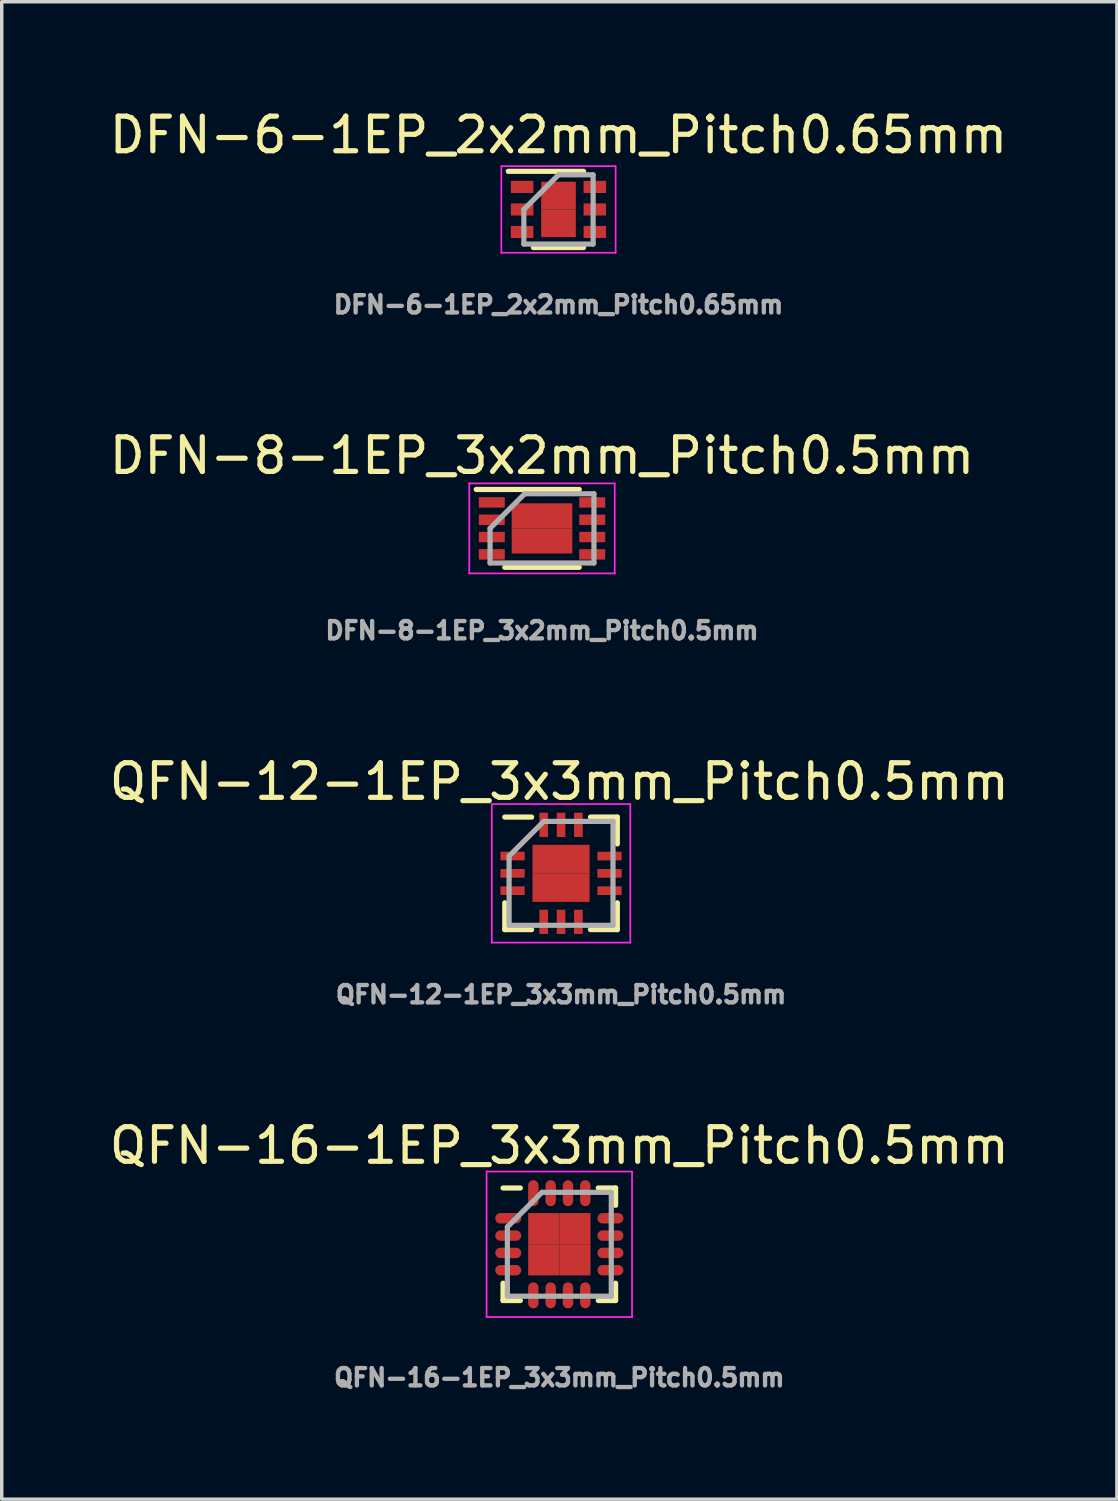
<source format=kicad_pcb>
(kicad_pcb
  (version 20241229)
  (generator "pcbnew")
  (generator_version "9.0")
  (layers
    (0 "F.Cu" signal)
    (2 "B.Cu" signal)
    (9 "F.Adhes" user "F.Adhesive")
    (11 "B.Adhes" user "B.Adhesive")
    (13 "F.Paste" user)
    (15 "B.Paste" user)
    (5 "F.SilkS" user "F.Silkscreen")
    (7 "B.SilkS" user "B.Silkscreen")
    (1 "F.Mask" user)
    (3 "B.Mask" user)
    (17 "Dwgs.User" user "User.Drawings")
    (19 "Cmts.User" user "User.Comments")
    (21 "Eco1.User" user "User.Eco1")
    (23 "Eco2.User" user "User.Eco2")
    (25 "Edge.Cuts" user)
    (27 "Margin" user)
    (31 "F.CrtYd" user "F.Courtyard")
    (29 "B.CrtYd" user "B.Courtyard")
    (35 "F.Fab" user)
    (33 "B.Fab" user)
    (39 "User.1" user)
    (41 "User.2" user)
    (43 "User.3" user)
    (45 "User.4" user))
  (footprint "DFN-6-1EP_2x2mm_Pitch0.65mm"
    (layer "F.Cu")
    (at 13.077 2.998)
    (property "Reference" "DFN-6-1EP_2x2mm_Pitch0.65mm" (at 0 -2.15 180) (layer "F.SilkS") (effects (font (size 1 1) (thickness 0.15))))
    (attr smd)
    (fp_line (start -1.45 -1.1) (end 0.725 -1.1) (stroke (width 0.15) (type solid)) (layer "F.SilkS"))
    (fp_line (start -0.725 1.1) (end 0.725 1.1) (stroke (width 0.15) (type solid)) (layer "F.SilkS"))
    (fp_line (start -1.65 -1.25) (end -1.65 1.25) (stroke (width 0.05) (type solid)) (layer "F.CrtYd"))
    (fp_line (start -1.65 -1.25) (end 1.65 -1.25) (stroke (width 0.05) (type solid)) (layer "F.CrtYd"))
    (fp_line (start -1.65 1.25) (end 1.65 1.25) (stroke (width 0.05) (type solid)) (layer "F.CrtYd"))
    (fp_line (start 1.65 -1.25) (end 1.65 1.25) (stroke (width 0.05) (type solid)) (layer "F.CrtYd"))
    (fp_line (start -1 0) (end 0 -1) (stroke (width 0.15) (type solid)) (layer "F.Fab"))
    (fp_line (start -1 1) (end -1 0) (stroke (width 0.15) (type solid)) (layer "F.Fab"))
    (fp_line (start 0 -1) (end 1 -1) (stroke (width 0.15) (type solid)) (layer "F.Fab"))
    (fp_line (start 1 -1) (end 1 1) (stroke (width 0.15) (type solid)) (layer "F.Fab"))
    (fp_line (start 1 1) (end -1 1) (stroke (width 0.15) (type solid)) (layer "F.Fab"))
    (fp_text user "${REFERENCE}" (at 0 2.75 0) (layer "F.Fab") (effects (font (size 0.5 0.5) (thickness 0.125))))
    (pad "1" smd rect (at -1.05 -0.65) (size 0.65 0.35) (layers "F.Cu" "F.Mask" "F.Paste"))
    (pad "2" smd rect (at -1.05 0) (size 0.65 0.35) (layers "F.Cu" "F.Mask" "F.Paste"))
    (pad "3" smd rect (at -1.05 0.65) (size 0.65 0.35) (layers "F.Cu" "F.Mask" "F.Paste"))
    (pad "4" smd rect (at 1.05 0.65) (size 0.65 0.35) (layers "F.Cu" "F.Mask" "F.Paste"))
    (pad "5" smd rect (at 1.05 0) (size 0.65 0.35) (layers "F.Cu" "F.Mask" "F.Paste"))
    (pad "6" smd rect (at 1.05 -0.65) (size 0.65 0.35) (layers "F.Cu" "F.Mask" "F.Paste"))
    (pad "7" smd rect (at 0 -0.4) (size 1 0.8) (layers "F.Cu" "F.Mask" "F.Paste"))
    (pad "7" smd rect (at 0 0.4) (size 1 0.8) (layers "F.Cu" "F.Mask" "F.Paste")))
  (footprint "DFN-8-1EP_3x2mm_Pitch0.5mm"
    (layer "F.Cu")
    (at 12.601 12.208)
    (property "Reference" "DFN-8-1EP_3x2mm_Pitch0.5mm" (at 0 -2.1 0) (layer "F.SilkS") (effects (font (size 1 1) (thickness 0.15))))
    (attr smd)
    (fp_line (start -1.9 -1.125) (end 1.075 -1.125) (stroke (width 0.15) (type solid)) (layer "F.SilkS"))
    (fp_line (start -1.075 1.125) (end 1.075 1.125) (stroke (width 0.15) (type solid)) (layer "F.SilkS"))
    (fp_line (start -2.1 -1.3) (end -2.1 1.3) (stroke (width 0.05) (type solid)) (layer "F.CrtYd"))
    (fp_line (start -2.1 -1.3) (end 2.1 -1.3) (stroke (width 0.05) (type solid)) (layer "F.CrtYd"))
    (fp_line (start -2.1 1.3) (end 2.1 1.3) (stroke (width 0.05) (type solid)) (layer "F.CrtYd"))
    (fp_line (start 2.1 -1.3) (end 2.1 1.3) (stroke (width 0.05) (type solid)) (layer "F.CrtYd"))
    (fp_line (start -1.5 0) (end -0.5 -1) (stroke (width 0.15) (type solid)) (layer "F.Fab"))
    (fp_line (start -1.5 1) (end -1.5 0) (stroke (width 0.15) (type solid)) (layer "F.Fab"))
    (fp_line (start -0.5 -1) (end 1.5 -1) (stroke (width 0.15) (type solid)) (layer "F.Fab"))
    (fp_line (start 1.5 -1) (end 1.5 1) (stroke (width 0.15) (type solid)) (layer "F.Fab"))
    (fp_line (start 1.5 1) (end -1.5 1) (stroke (width 0.15) (type solid)) (layer "F.Fab"))
    (fp_text user "${REFERENCE}" (at 0 2.95 0) (layer "F.Fab") (effects (font (size 0.5 0.5) (thickness 0.125))))
    (pad "1" smd rect (at -1.45 -0.75) (size 0.75 0.3) (layers "F.Cu" "F.Mask" "F.Paste"))
    (pad "2" smd rect (at -1.45 -0.25) (size 0.75 0.3) (layers "F.Cu" "F.Mask" "F.Paste"))
    (pad "3" smd rect (at -1.45 0.25) (size 0.75 0.3) (layers "F.Cu" "F.Mask" "F.Paste"))
    (pad "4" smd rect (at -1.45 0.75) (size 0.75 0.3) (layers "F.Cu" "F.Mask" "F.Paste"))
    (pad "5" smd rect (at 1.45 0.75) (size 0.75 0.3) (layers "F.Cu" "F.Mask" "F.Paste"))
    (pad "6" smd rect (at 1.45 0.25) (size 0.75 0.3) (layers "F.Cu" "F.Mask" "F.Paste"))
    (pad "7" smd rect (at 1.45 -0.25) (size 0.75 0.3) (layers "F.Cu" "F.Mask" "F.Paste"))
    (pad "8" smd rect (at 1.45 -0.75) (size 0.75 0.3) (layers "F.Cu" "F.Mask" "F.Paste"))
    (pad "9" smd rect (at -0.438 -0.362) (size 0.875 0.725) (layers "F.Cu" "F.Mask" "F.Paste"))
    (pad "9" smd rect (at -0.438 0.362) (size 0.875 0.725) (layers "F.Cu" "F.Mask" "F.Paste"))
    (pad "9" smd rect (at 0.438 -0.362) (size 0.875 0.725) (layers "F.Cu" "F.Mask" "F.Paste"))
    (pad "9" smd rect (at 0.438 0.362) (size 0.875 0.725) (layers "F.Cu" "F.Mask" "F.Paste")))
  (footprint "QFN-16-1EP_3x3mm_Pitch0.5mm"
    (layer "F.Cu")
    (at 13.101 32.879)
    (property "Reference" "QFN-16-1EP_3x3mm_Pitch0.5mm" (at 0 -2.85 180) (layer "F.SilkS") (effects (font (size 1 1) (thickness 0.15))))
    (attr smd)
    (fp_line (start -1.625 -1.625) (end -1.125 -1.625) (stroke (width 0.15) (type solid)) (layer "F.SilkS"))
    (fp_line (start -1.625 1.625) (end -1.625 1.125) (stroke (width 0.15) (type solid)) (layer "F.SilkS"))
    (fp_line (start -1.625 1.625) (end -1.125 1.625) (stroke (width 0.15) (type solid)) (layer "F.SilkS"))
    (fp_line (start 1.625 -1.625) (end 1.125 -1.625) (stroke (width 0.15) (type solid)) (layer "F.SilkS"))
    (fp_line (start 1.625 -1.625) (end 1.625 -1.125) (stroke (width 0.15) (type solid)) (layer "F.SilkS"))
    (fp_line (start 1.625 1.625) (end 1.125 1.625) (stroke (width 0.15) (type solid)) (layer "F.SilkS"))
    (fp_line (start 1.625 1.625) (end 1.625 1.125) (stroke (width 0.15) (type solid)) (layer "F.SilkS"))
    (fp_line (start -2.1 -2.1) (end -2.1 2.1) (stroke (width 0.05) (type solid)) (layer "F.CrtYd"))
    (fp_line (start -2.1 -2.1) (end 2.1 -2.1) (stroke (width 0.05) (type solid)) (layer "F.CrtYd"))
    (fp_line (start -2.1 2.1) (end 2.1 2.1) (stroke (width 0.05) (type solid)) (layer "F.CrtYd"))
    (fp_line (start 2.1 -2.1) (end 2.1 2.1) (stroke (width 0.05) (type solid)) (layer "F.CrtYd"))
    (fp_line (start -1.5 -0.5) (end -0.5 -1.5) (stroke (width 0.15) (type solid)) (layer "F.Fab"))
    (fp_line (start -1.5 1.5) (end -1.5 -0.5) (stroke (width 0.15) (type solid)) (layer "F.Fab"))
    (fp_line (start -0.5 -1.5) (end 1.5 -1.5) (stroke (width 0.15) (type solid)) (layer "F.Fab"))
    (fp_line (start 1.5 -1.5) (end 1.5 1.5) (stroke (width 0.15) (type solid)) (layer "F.Fab"))
    (fp_line (start 1.5 1.5) (end -1.5 1.5) (stroke (width 0.15) (type solid)) (layer "F.Fab"))
    (fp_text user "${REFERENCE}" (at 0 3.85 0) (layer "F.Fab") (effects (font (size 0.5 0.5) (thickness 0.125))))
    (pad "1" smd oval (at -1.475 -0.75) (size 0.75 0.3) (layers "F.Cu" "F.Mask" "F.Paste"))
    (pad "2" smd oval (at -1.475 -0.25) (size 0.75 0.3) (layers "F.Cu" "F.Mask" "F.Paste"))
    (pad "3" smd oval (at -1.475 0.25) (size 0.75 0.3) (layers "F.Cu" "F.Mask" "F.Paste"))
    (pad "4" smd oval (at -1.475 0.75) (size 0.75 0.3) (layers "F.Cu" "F.Mask" "F.Paste"))
    (pad "5" smd oval (at -0.75 1.475 90) (size 0.75 0.3) (layers "F.Cu" "F.Mask" "F.Paste"))
    (pad "6" smd oval (at -0.25 1.475 90) (size 0.75 0.3) (layers "F.Cu" "F.Mask" "F.Paste"))
    (pad "7" smd oval (at 0.25 1.475 90) (size 0.75 0.3) (layers "F.Cu" "F.Mask" "F.Paste"))
    (pad "8" smd oval (at 0.75 1.475 90) (size 0.75 0.3) (layers "F.Cu" "F.Mask" "F.Paste"))
    (pad "9" smd oval (at 1.475 0.75) (size 0.75 0.3) (layers "F.Cu" "F.Mask" "F.Paste"))
    (pad "10" smd oval (at 1.475 0.25) (size 0.75 0.3) (layers "F.Cu" "F.Mask" "F.Paste"))
    (pad "11" smd oval (at 1.475 -0.25) (size 0.75 0.3) (layers "F.Cu" "F.Mask" "F.Paste"))
    (pad "12" smd oval (at 1.475 -0.75) (size 0.75 0.3) (layers "F.Cu" "F.Mask" "F.Paste"))
    (pad "13" smd oval (at 0.75 -1.475 90) (size 0.75 0.3) (layers "F.Cu" "F.Mask" "F.Paste"))
    (pad "14" smd oval (at 0.25 -1.475 90) (size 0.75 0.3) (layers "F.Cu" "F.Mask" "F.Paste"))
    (pad "15" smd oval (at -0.25 -1.475 90) (size 0.75 0.3) (layers "F.Cu" "F.Mask" "F.Paste"))
    (pad "16" smd oval (at -0.75 -1.475 90) (size 0.75 0.3) (layers "F.Cu" "F.Mask" "F.Paste"))
    (pad "17" smd rect (at -0.45 -0.45) (size 0.9 0.9) (layers "F.Cu" "F.Mask" "F.Paste"))
    (pad "17" smd rect (at -0.45 0.45) (size 0.9 0.9) (layers "F.Cu" "F.Mask" "F.Paste"))
    (pad "17" smd rect (at 0.45 -0.45) (size 0.9 0.9) (layers "F.Cu" "F.Mask" "F.Paste"))
    (pad "17" smd rect (at 0.45 0.45) (size 0.9 0.9) (layers "F.Cu" "F.Mask" "F.Paste")))
  (footprint "QFN-12-1EP_3x3mm_Pitch0.5mm"
    (layer "F.Cu")
    (at 13.151 22.169)
    (property "Reference" "QFN-12-1EP_3x3mm_Pitch0.5mm" (at -0.05 -2.65 0) (layer "F.SilkS") (effects (font (size 1 1) (thickness 0.15))))
    (attr smd)
    (fp_line (start -1.625 -1.625) (end -0.85 -1.625) (stroke (width 0.15) (type solid)) (layer "F.SilkS"))
    (fp_line (start -1.625 1.625) (end -1.625 0.85) (stroke (width 0.15) (type solid)) (layer "F.SilkS"))
    (fp_line (start -1.625 1.625) (end -0.85 1.625) (stroke (width 0.15) (type solid)) (layer "F.SilkS"))
    (fp_line (start 1.625 -1.625) (end 0.85 -1.625) (stroke (width 0.15) (type solid)) (layer "F.SilkS"))
    (fp_line (start 1.625 -1.625) (end 1.625 -0.85) (stroke (width 0.15) (type solid)) (layer "F.SilkS"))
    (fp_line (start 1.625 1.625) (end 0.85 1.625) (stroke (width 0.15) (type solid)) (layer "F.SilkS"))
    (fp_line (start 1.625 1.625) (end 1.625 0.85) (stroke (width 0.15) (type solid)) (layer "F.SilkS"))
    (fp_line (start -2 -2) (end -2 2) (stroke (width 0.05) (type solid)) (layer "F.CrtYd"))
    (fp_line (start -2 -2) (end 2 -2) (stroke (width 0.05) (type solid)) (layer "F.CrtYd"))
    (fp_line (start -2 2) (end 2 2) (stroke (width 0.05) (type solid)) (layer "F.CrtYd"))
    (fp_line (start 2 -2) (end 2 2) (stroke (width 0.05) (type solid)) (layer "F.CrtYd"))
    (fp_line (start -1.5 -0.5) (end -0.5 -1.5) (stroke (width 0.15) (type solid)) (layer "F.Fab"))
    (fp_line (start -1.5 1.5) (end -1.5 -0.5) (stroke (width 0.15) (type solid)) (layer "F.Fab"))
    (fp_line (start -0.5 -1.5) (end 1.5 -1.5) (stroke (width 0.15) (type solid)) (layer "F.Fab"))
    (fp_line (start 1.5 -1.5) (end 1.5 1.5) (stroke (width 0.15) (type solid)) (layer "F.Fab"))
    (fp_line (start 1.5 1.5) (end -1.5 1.5) (stroke (width 0.15) (type solid)) (layer "F.Fab"))
    (fp_text user "${REFERENCE}" (at 0 3.5 0) (layer "F.Fab") (effects (font (size 0.5 0.5) (thickness 0.125))))
    (pad "1" smd rect (at -1.4 -0.5) (size 0.7 0.25) (layers "F.Cu" "F.Mask" "F.Paste"))
    (pad "2" smd rect (at -1.4 0) (size 0.7 0.25) (layers "F.Cu" "F.Mask" "F.Paste"))
    (pad "3" smd rect (at -1.4 0.5) (size 0.7 0.25) (layers "F.Cu" "F.Mask" "F.Paste"))
    (pad "4" smd rect (at -0.5 1.4 90) (size 0.7 0.25) (layers "F.Cu" "F.Mask" "F.Paste"))
    (pad "5" smd rect (at 0 1.4 90) (size 0.7 0.25) (layers "F.Cu" "F.Mask" "F.Paste"))
    (pad "6" smd rect (at 0.5 1.4 90) (size 0.7 0.25) (layers "F.Cu" "F.Mask" "F.Paste"))
    (pad "7" smd rect (at 1.4 0.5) (size 0.7 0.25) (layers "F.Cu" "F.Mask" "F.Paste"))
    (pad "8" smd rect (at 1.4 0) (size 0.7 0.25) (layers "F.Cu" "F.Mask" "F.Paste"))
    (pad "9" smd rect (at 1.4 -0.5) (size 0.7 0.25) (layers "F.Cu" "F.Mask" "F.Paste"))
    (pad "10" smd rect (at 0.5 -1.4 90) (size 0.7 0.25) (layers "F.Cu" "F.Mask" "F.Paste"))
    (pad "11" smd rect (at 0 -1.4 90) (size 0.7 0.25) (layers "F.Cu" "F.Mask" "F.Paste"))
    (pad "12" smd rect (at -0.5 -1.4 90) (size 0.7 0.25) (layers "F.Cu" "F.Mask" "F.Paste"))
    (pad "13" smd rect (at -0.412 -0.412) (size 0.825 0.825) (layers "F.Cu" "F.Mask" "F.Paste"))
    (pad "13" smd rect (at -0.412 0.412) (size 0.825 0.825) (layers "F.Cu" "F.Mask" "F.Paste"))
    (pad "13" smd rect (at 0.412 -0.412) (size 0.825 0.825) (layers "F.Cu" "F.Mask" "F.Paste"))
    (pad "13" smd rect (at 0.412 0.412) (size 0.825 0.825) (layers "F.Cu" "F.Mask" "F.Paste")))
  (gr_rect
    (start -3 -3)
    (end 29.202 40.24)
    (stroke (width 0.1) (type default))
    (fill no)
    (layer "Edge.Cuts")))
</source>
